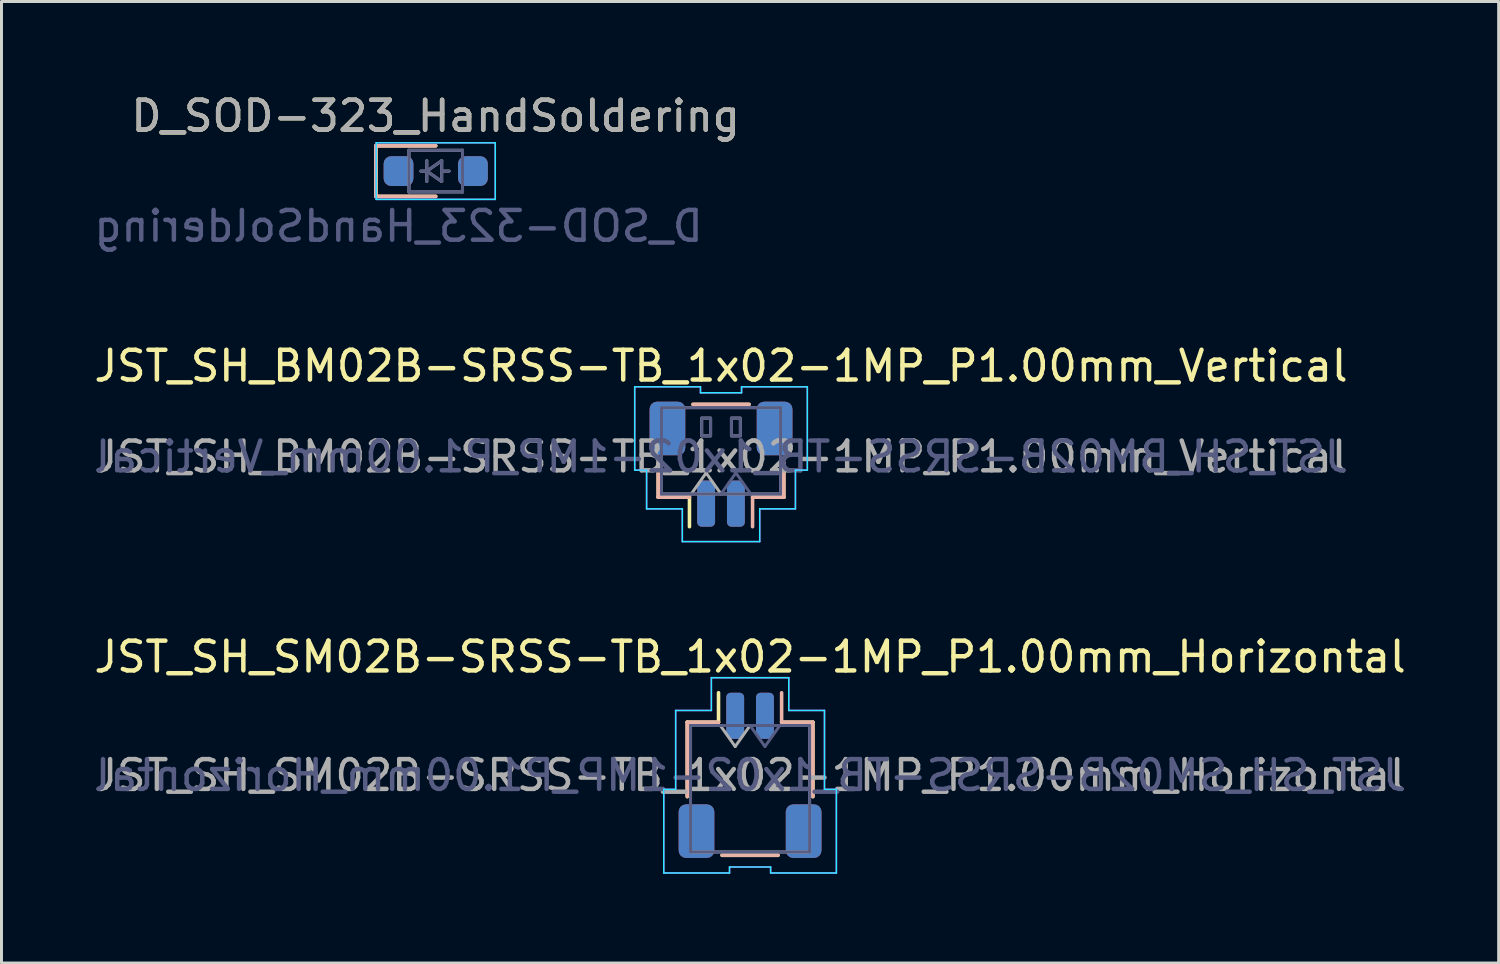
<source format=kicad_pcb>
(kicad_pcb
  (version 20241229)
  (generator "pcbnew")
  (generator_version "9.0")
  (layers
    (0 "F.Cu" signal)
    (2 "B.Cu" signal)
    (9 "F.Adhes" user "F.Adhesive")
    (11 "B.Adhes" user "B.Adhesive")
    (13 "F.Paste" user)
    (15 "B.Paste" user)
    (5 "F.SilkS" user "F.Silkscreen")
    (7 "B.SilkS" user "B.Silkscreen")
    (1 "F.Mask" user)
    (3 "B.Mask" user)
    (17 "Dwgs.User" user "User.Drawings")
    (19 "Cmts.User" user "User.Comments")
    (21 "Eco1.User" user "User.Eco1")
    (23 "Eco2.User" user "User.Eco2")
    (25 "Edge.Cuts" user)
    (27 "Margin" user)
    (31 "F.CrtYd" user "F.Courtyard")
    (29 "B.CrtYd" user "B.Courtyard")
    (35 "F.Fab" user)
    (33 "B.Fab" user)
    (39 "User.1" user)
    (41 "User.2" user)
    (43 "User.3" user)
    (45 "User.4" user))
  (footprint "JST_SH_BM02B-SRSS-TB_1x02-1MP_P1.00mm_Vertical"
    (layer "F.Cu")
    (at 21.173 12.545)
    (property "Reference" "JST_SH_BM02B-SRSS-TB_1x02-1MP_P1.00mm_Vertical" (at 0 -3.3 0) (layer "F.SilkS") (effects (font (size 1 1) (thickness 0.15))))
    (attr smd)
    (fp_line (start -2.11 -0.04) (end -2.11 1.11) (stroke (width 0.12) (type solid)) (layer "F.SilkS"))
    (fp_line (start -2.11 1.11) (end -1.06 1.11) (stroke (width 0.12) (type solid)) (layer "F.SilkS"))
    (fp_line (start -1.06 1.11) (end -1.06 2.1) (stroke (width 0.12) (type solid)) (layer "F.SilkS"))
    (fp_line (start -0.94 -2.01) (end 0.94 -2.01) (stroke (width 0.12) (type solid)) (layer "F.SilkS"))
    (fp_line (start 2.11 -0.04) (end 2.11 1.11) (stroke (width 0.12) (type solid)) (layer "F.SilkS"))
    (fp_line (start 2.11 1.11) (end 1.06 1.11) (stroke (width 0.12) (type solid)) (layer "F.SilkS"))
    (fp_line (start -2.11 -0.04) (end -2.11 1.11) (stroke (width 0.12) (type solid)) (layer "B.SilkS"))
    (fp_line (start -2.11 1.11) (end -1.06 1.11) (stroke (width 0.12) (type solid)) (layer "B.SilkS"))
    (fp_line (start 0.94 -2.01) (end -0.94 -2.01) (stroke (width 0.12) (type solid)) (layer "B.SilkS"))
    (fp_line (start 1.06 1.11) (end 1.06 2.1) (stroke (width 0.12) (type solid)) (layer "B.SilkS"))
    (fp_line (start 2.11 -0.04) (end 2.11 1.11) (stroke (width 0.12) (type solid)) (layer "B.SilkS"))
    (fp_line (start 2.11 1.11) (end 1.06 1.11) (stroke (width 0.12) (type solid)) (layer "B.SilkS"))
    (fp_line (start -2.9 -2.6) (end -2.9 0.2) (stroke (width 0.05) (type solid)) (layer "B.CrtYd"))
    (fp_line (start -2.9 0.2) (end -2.5 0.2) (stroke (width 0.05) (type solid)) (layer "B.CrtYd"))
    (fp_line (start -2.5 0.2) (end -2.5 1.5) (stroke (width 0.05) (type solid)) (layer "B.CrtYd"))
    (fp_line (start -2.5 1.5) (end -1.3 1.5) (stroke (width 0.05) (type solid)) (layer "B.CrtYd"))
    (fp_line (start -1.3 1.5) (end -1.3 2.6) (stroke (width 0.05) (type solid)) (layer "B.CrtYd"))
    (fp_line (start -1.3 2.6) (end 1.3 2.6) (stroke (width 0.05) (type solid)) (layer "B.CrtYd"))
    (fp_line (start -0.69 -2.6) (end -2.9 -2.6) (stroke (width 0.05) (type solid)) (layer "B.CrtYd"))
    (fp_line (start -0.69 -2.4) (end -0.69 -2.6) (stroke (width 0.05) (type solid)) (layer "B.CrtYd"))
    (fp_line (start 0.69 -2.6) (end 0.69 -2.4) (stroke (width 0.05) (type solid)) (layer "B.CrtYd"))
    (fp_line (start 0.69 -2.4) (end -0.69 -2.4) (stroke (width 0.05) (type solid)) (layer "B.CrtYd"))
    (fp_line (start 1.3 1.5) (end 2.5 1.5) (stroke (width 0.05) (type solid)) (layer "B.CrtYd"))
    (fp_line (start 1.3 2.6) (end 1.3 1.5) (stroke (width 0.05) (type solid)) (layer "B.CrtYd"))
    (fp_line (start 2.5 0.2) (end 2.9 0.2) (stroke (width 0.05) (type solid)) (layer "B.CrtYd"))
    (fp_line (start 2.5 1.5) (end 2.5 0.2) (stroke (width 0.05) (type solid)) (layer "B.CrtYd"))
    (fp_line (start 2.9 -2.6) (end 0.69 -2.6) (stroke (width 0.05) (type solid)) (layer "B.CrtYd"))
    (fp_line (start 2.9 0.2) (end 2.9 -2.6) (stroke (width 0.05) (type solid)) (layer "B.CrtYd"))
    (fp_line (start -2.9 -2.6) (end -0.69 -2.6) (stroke (width 0.05) (type solid)) (layer "F.CrtYd"))
    (fp_line (start -2.9 0.2) (end -2.9 -2.6) (stroke (width 0.05) (type solid)) (layer "F.CrtYd"))
    (fp_line (start -2.5 0.2) (end -2.9 0.2) (stroke (width 0.05) (type solid)) (layer "F.CrtYd"))
    (fp_line (start -2.5 1.5) (end -2.5 0.2) (stroke (width 0.05) (type solid)) (layer "F.CrtYd"))
    (fp_line (start -1.3 1.5) (end -2.5 1.5) (stroke (width 0.05) (type solid)) (layer "F.CrtYd"))
    (fp_line (start -1.3 2.6) (end -1.3 1.5) (stroke (width 0.05) (type solid)) (layer "F.CrtYd"))
    (fp_line (start -0.69 -2.6) (end -0.69 -2.4) (stroke (width 0.05) (type solid)) (layer "F.CrtYd"))
    (fp_line (start -0.69 -2.4) (end 0.69 -2.4) (stroke (width 0.05) (type solid)) (layer "F.CrtYd"))
    (fp_line (start 0.69 -2.6) (end 2.9 -2.6) (stroke (width 0.05) (type solid)) (layer "F.CrtYd"))
    (fp_line (start 0.69 -2.4) (end 0.69 -2.6) (stroke (width 0.05) (type solid)) (layer "F.CrtYd"))
    (fp_line (start 1.3 1.5) (end 1.3 2.6) (stroke (width 0.05) (type solid)) (layer "F.CrtYd"))
    (fp_line (start 1.3 2.6) (end -1.3 2.6) (stroke (width 0.05) (type solid)) (layer "F.CrtYd"))
    (fp_line (start 2.5 0.2) (end 2.5 1.5) (stroke (width 0.05) (type solid)) (layer "F.CrtYd"))
    (fp_line (start 2.5 1.5) (end 1.3 1.5) (stroke (width 0.05) (type solid)) (layer "F.CrtYd"))
    (fp_line (start 2.9 -2.6) (end 2.9 0.2) (stroke (width 0.05) (type solid)) (layer "F.CrtYd"))
    (fp_line (start 2.9 0.2) (end 2.5 0.2) (stroke (width 0.05) (type solid)) (layer "F.CrtYd"))
    (fp_line (start -2 1) (end -2 -1.9) (stroke (width 0.1) (type solid)) (layer "B.Fab"))
    (fp_line (start 0.5 0.293) (end 0 1) (stroke (width 0.1) (type solid)) (layer "B.Fab"))
    (fp_line (start 1 1) (end 0.5 0.293) (stroke (width 0.1) (type solid)) (layer "B.Fab"))
    (fp_line (start 2 -1.9) (end -2 -1.9) (stroke (width 0.1) (type solid)) (layer "B.Fab"))
    (fp_line (start 2 1) (end -2 1) (stroke (width 0.1) (type solid)) (layer "B.Fab"))
    (fp_line (start 2 1) (end 2 -1.9) (stroke (width 0.1) (type solid)) (layer "B.Fab"))
    (fp_rect (start -0.65 -1.55) (end -0.35 -0.95) (stroke (width 0.1) (type solid)) (fill no) (layer "B.Fab"))
    (fp_rect (start 0.35 -1.55) (end 0.65 -0.95) (stroke (width 0.1) (type solid)) (fill no) (layer "B.Fab"))
    (fp_line (start -2 -1.9) (end 2 -1.9) (stroke (width 0.1) (type solid)) (layer "F.Fab"))
    (fp_line (start -2 1) (end -2 -1.9) (stroke (width 0.1) (type solid)) (layer "F.Fab"))
    (fp_line (start -2 1) (end 2 1) (stroke (width 0.1) (type solid)) (layer "F.Fab"))
    (fp_line (start -1 1) (end -0.5 0.293) (stroke (width 0.1) (type solid)) (layer "F.Fab"))
    (fp_line (start -0.5 0.293) (end 0 1) (stroke (width 0.1) (type solid)) (layer "F.Fab"))
    (fp_line (start 2 1) (end 2 -1.9) (stroke (width 0.1) (type solid)) (layer "F.Fab"))
    (fp_rect (start -0.65 -1.55) (end -0.35 -0.95) (stroke (width 0.1) (type solid)) (fill no) (layer "F.Fab"))
    (fp_rect (start 0.35 -1.55) (end 0.65 -0.95) (stroke (width 0.1) (type solid)) (fill no) (layer "F.Fab"))
    (fp_text user "${REFERENCE}" (at 0 -0.25 0) (layer "B.Fab") (effects (font (size 1 1) (thickness 0.15)) (justify mirror)))
    (fp_text user "${REFERENCE}" (at 0 -0.25 0) (layer "F.Fab") (effects (font (size 1 1) (thickness 0.15))))
    (pad "1" smd roundrect (at -0.5 1.325) (size 0.6 1.55) (layers "F.Cu" "F.Mask" "F.Paste") (roundrect_rratio 0.25))
    (pad "1" smd roundrect (at 0.5 1.325) (size 0.6 1.55) (layers "B.Cu" "B.Mask" "B.Paste") (roundrect_rratio 0.25))
    (pad "2" smd roundrect (at -0.5 1.325) (size 0.6 1.55) (layers "B.Cu" "B.Mask" "B.Paste") (roundrect_rratio 0.25))
    (pad "2" smd roundrect (at 0.5 1.325) (size 0.6 1.55) (layers "F.Cu" "F.Mask" "F.Paste") (roundrect_rratio 0.25))
    (pad "MP" smd roundrect (at -1.8 -1.2) (size 1.2 1.8) (layers "F.Cu" "F.Mask" "F.Paste") (roundrect_rratio 0.208))
    (pad "MP" smd roundrect (at -1.8 -1.2) (size 1.2 1.8) (layers "B.Cu" "B.Mask" "B.Paste") (roundrect_rratio 0.208))
    (pad "MP" smd roundrect (at 1.8 -1.2) (size 1.2 1.8) (layers "F.Cu" "F.Mask" "F.Paste") (roundrect_rratio 0.208))
    (pad "MP" smd roundrect (at 1.8 -1.2) (size 1.2 1.8) (layers "B.Cu" "B.Mask" "B.Paste") (roundrect_rratio 0.208)))
  (footprint "D_SOD-323_HandSoldering"
    (layer "F.Cu")
    (at 11.589 2.698)
    (property "Reference" "D_SOD-323_HandSoldering" (at 0 -1.85 0) (layer "F.SilkS") (effects (font (size 1 1) (thickness 0.15))))
    (attr smd)
    (fp_line (start -2.01 -0.85) (end -2.01 0.85) (stroke (width 0.12) (type solid)) (layer "F.SilkS"))
    (fp_line (start -2.01 -0.85) (end 0 -0.85) (stroke (width 0.12) (type solid)) (layer "F.SilkS"))
    (fp_line (start -2.01 0.85) (end 0 0.85) (stroke (width 0.12) (type solid)) (layer "F.SilkS"))
    (fp_line (start -2.01 -0.85) (end -2.01 0.85) (stroke (width 0.12) (type solid)) (layer "B.SilkS"))
    (fp_line (start -2.01 -0.85) (end 0 -0.85) (stroke (width 0.12) (type solid)) (layer "B.SilkS"))
    (fp_line (start -2.01 0.85) (end 0 0.85) (stroke (width 0.12) (type solid)) (layer "B.SilkS"))
    (fp_line (start -2 -0.95) (end -2 0.95) (stroke (width 0.05) (type solid)) (layer "B.CrtYd"))
    (fp_line (start -2 -0.95) (end 2 -0.95) (stroke (width 0.05) (type solid)) (layer "B.CrtYd"))
    (fp_line (start -2 0.95) (end 2 0.95) (stroke (width 0.05) (type solid)) (layer "B.CrtYd"))
    (fp_line (start 2 -0.95) (end 2 0.95) (stroke (width 0.05) (type solid)) (layer "B.CrtYd"))
    (fp_line (start -2 -0.95) (end -2 0.95) (stroke (width 0.05) (type solid)) (layer "F.CrtYd"))
    (fp_line (start -2 -0.95) (end 2 -0.95) (stroke (width 0.05) (type solid)) (layer "F.CrtYd"))
    (fp_line (start -2 0.95) (end 2 0.95) (stroke (width 0.05) (type solid)) (layer "F.CrtYd"))
    (fp_line (start 2 -0.95) (end 2 0.95) (stroke (width 0.05) (type solid)) (layer "F.CrtYd"))
    (fp_line (start -0.9 -0.7) (end 0.9 -0.7) (stroke (width 0.1) (type solid)) (layer "B.Fab"))
    (fp_line (start -0.9 0.7) (end -0.9 -0.7) (stroke (width 0.1) (type solid)) (layer "B.Fab"))
    (fp_line (start -0.3 -0.35) (end -0.3 0.35) (stroke (width 0.1) (type solid)) (layer "B.Fab"))
    (fp_line (start -0.3 0) (end -0.5 0) (stroke (width 0.1) (type solid)) (layer "B.Fab"))
    (fp_line (start -0.3 0) (end 0.2 -0.35) (stroke (width 0.1) (type solid)) (layer "B.Fab"))
    (fp_line (start 0.2 -0.35) (end 0.2 0.35) (stroke (width 0.1) (type solid)) (layer "B.Fab"))
    (fp_line (start 0.2 0) (end 0.45 0) (stroke (width 0.1) (type solid)) (layer "B.Fab"))
    (fp_line (start 0.2 0.35) (end -0.3 0) (stroke (width 0.1) (type solid)) (layer "B.Fab"))
    (fp_line (start 0.9 -0.7) (end 0.9 0.7) (stroke (width 0.1) (type solid)) (layer "B.Fab"))
    (fp_line (start 0.9 0.7) (end -0.9 0.7) (stroke (width 0.1) (type solid)) (layer "B.Fab"))
    (fp_line (start -0.9 -0.7) (end 0.9 -0.7) (stroke (width 0.1) (type solid)) (layer "F.Fab"))
    (fp_line (start -0.9 0.7) (end -0.9 -0.7) (stroke (width 0.1) (type solid)) (layer "F.Fab"))
    (fp_line (start -0.3 -0.35) (end -0.3 0.35) (stroke (width 0.1) (type solid)) (layer "F.Fab"))
    (fp_line (start -0.3 0) (end -0.5 0) (stroke (width 0.1) (type solid)) (layer "F.Fab"))
    (fp_line (start -0.3 0) (end 0.2 -0.35) (stroke (width 0.1) (type solid)) (layer "F.Fab"))
    (fp_line (start 0.2 -0.35) (end 0.2 0.35) (stroke (width 0.1) (type solid)) (layer "F.Fab"))
    (fp_line (start 0.2 0) (end 0.45 0) (stroke (width 0.1) (type solid)) (layer "F.Fab"))
    (fp_line (start 0.2 0.35) (end -0.3 0) (stroke (width 0.1) (type solid)) (layer "F.Fab"))
    (fp_line (start 0.9 -0.7) (end 0.9 0.7) (stroke (width 0.1) (type solid)) (layer "F.Fab"))
    (fp_line (start 0.9 0.7) (end -0.9 0.7) (stroke (width 0.1) (type solid)) (layer "F.Fab"))
    (fp_text user "${REFERENCE}" (at -1.25 1.85 0) (layer "B.Fab") (effects (font (size 1 1) (thickness 0.15)) (justify mirror)))
    (fp_text user "${REFERENCE}" (at 0 -1.85 0) (layer "F.Fab") (effects (font (size 1 1) (thickness 0.15))))
    (pad "1" smd roundrect (at -1.25 0) (size 1 1) (layers "F.Cu" "F.Mask" "F.Paste") (roundrect_rratio 0.25))
    (pad "1" smd roundrect (at -1.25 0) (size 1 1) (layers "B.Cu" "B.Mask" "B.Paste") (roundrect_rratio 0.25))
    (pad "2" smd roundrect (at 1.25 0) (size 1 1) (layers "F.Cu" "F.Mask" "F.Paste") (roundrect_rratio 0.25))
    (pad "2" smd roundrect (at 1.25 0) (size 1 1) (layers "B.Cu" "B.Mask" "B.Paste") (roundrect_rratio 0.25)))
  (footprint "JST_SH_SM02B-SRSS-TB_1x02-1MP_P1.00mm_Horizontal"
    (layer "F.Cu")
    (at 22.149 22.998)
    (property "Reference" "JST_SH_SM02B-SRSS-TB_1x02-1MP_P1.00mm_Horizontal" (at 0 -3.98 0) (layer "F.SilkS") (effects (font (size 1 1) (thickness 0.15))))
    (attr smd)
    (fp_line (start -2.11 -1.785) (end -1.06 -1.785) (stroke (width 0.12) (type solid)) (layer "F.SilkS"))
    (fp_line (start -2.11 0.715) (end -2.11 -1.785) (stroke (width 0.12) (type solid)) (layer "F.SilkS"))
    (fp_line (start -1.06 -1.785) (end -1.06 -2.775) (stroke (width 0.12) (type solid)) (layer "F.SilkS"))
    (fp_line (start -0.94 2.685) (end 0.94 2.685) (stroke (width 0.12) (type solid)) (layer "F.SilkS"))
    (fp_line (start 2.11 -1.785) (end 1.06 -1.785) (stroke (width 0.12) (type solid)) (layer "F.SilkS"))
    (fp_line (start 2.11 0.715) (end 2.11 -1.785) (stroke (width 0.12) (type solid)) (layer "F.SilkS"))
    (fp_line (start -2.11 -1.785) (end -1.06 -1.785) (stroke (width 0.12) (type solid)) (layer "B.SilkS"))
    (fp_line (start -2.11 0.715) (end -2.11 -1.785) (stroke (width 0.12) (type solid)) (layer "B.SilkS"))
    (fp_line (start 0.94 2.685) (end -0.94 2.685) (stroke (width 0.12) (type solid)) (layer "B.SilkS"))
    (fp_line (start 1.06 -1.785) (end 1.06 -2.775) (stroke (width 0.12) (type solid)) (layer "B.SilkS"))
    (fp_line (start 2.11 -1.785) (end 1.06 -1.785) (stroke (width 0.12) (type solid)) (layer "B.SilkS"))
    (fp_line (start 2.11 0.715) (end 2.11 -1.785) (stroke (width 0.12) (type solid)) (layer "B.SilkS"))
    (fp_line (start -2.9 0.47) (end -2.9 3.28) (stroke (width 0.05) (type solid)) (layer "B.CrtYd"))
    (fp_line (start -2.9 3.28) (end -0.69 3.28) (stroke (width 0.05) (type solid)) (layer "B.CrtYd"))
    (fp_line (start -2.5 -2.18) (end -2.5 0.47) (stroke (width 0.05) (type solid)) (layer "B.CrtYd"))
    (fp_line (start -2.5 0.47) (end -2.9 0.47) (stroke (width 0.05) (type solid)) (layer "B.CrtYd"))
    (fp_line (start -1.3 -3.28) (end -1.3 -2.18) (stroke (width 0.05) (type solid)) (layer "B.CrtYd"))
    (fp_line (start -1.3 -2.18) (end -2.5 -2.18) (stroke (width 0.05) (type solid)) (layer "B.CrtYd"))
    (fp_line (start -0.69 3.08) (end 0.69 3.08) (stroke (width 0.05) (type solid)) (layer "B.CrtYd"))
    (fp_line (start -0.69 3.28) (end -0.69 3.08) (stroke (width 0.05) (type solid)) (layer "B.CrtYd"))
    (fp_line (start 0.69 3.08) (end 0.69 3.28) (stroke (width 0.05) (type solid)) (layer "B.CrtYd"))
    (fp_line (start 0.69 3.28) (end 2.9 3.28) (stroke (width 0.05) (type solid)) (layer "B.CrtYd"))
    (fp_line (start 1.3 -3.28) (end -1.3 -3.28) (stroke (width 0.05) (type solid)) (layer "B.CrtYd"))
    (fp_line (start 1.3 -2.18) (end 1.3 -3.28) (stroke (width 0.05) (type solid)) (layer "B.CrtYd"))
    (fp_line (start 2.5 -2.18) (end 1.3 -2.18) (stroke (width 0.05) (type solid)) (layer "B.CrtYd"))
    (fp_line (start 2.5 0.47) (end 2.5 -2.18) (stroke (width 0.05) (type solid)) (layer "B.CrtYd"))
    (fp_line (start 2.9 0.47) (end 2.5 0.47) (stroke (width 0.05) (type solid)) (layer "B.CrtYd"))
    (fp_line (start 2.9 3.28) (end 2.9 0.47) (stroke (width 0.05) (type solid)) (layer "B.CrtYd"))
    (fp_line (start -2.9 0.47) (end -2.5 0.47) (stroke (width 0.05) (type solid)) (layer "F.CrtYd"))
    (fp_line (start -2.9 3.28) (end -2.9 0.47) (stroke (width 0.05) (type solid)) (layer "F.CrtYd"))
    (fp_line (start -2.5 -2.18) (end -1.3 -2.18) (stroke (width 0.05) (type solid)) (layer "F.CrtYd"))
    (fp_line (start -2.5 0.47) (end -2.5 -2.18) (stroke (width 0.05) (type solid)) (layer "F.CrtYd"))
    (fp_line (start -1.3 -3.28) (end 1.3 -3.28) (stroke (width 0.05) (type solid)) (layer "F.CrtYd"))
    (fp_line (start -1.3 -2.18) (end -1.3 -3.28) (stroke (width 0.05) (type solid)) (layer "F.CrtYd"))
    (fp_line (start -0.69 3.08) (end -0.69 3.28) (stroke (width 0.05) (type solid)) (layer "F.CrtYd"))
    (fp_line (start -0.69 3.28) (end -2.9 3.28) (stroke (width 0.05) (type solid)) (layer "F.CrtYd"))
    (fp_line (start 0.69 3.08) (end -0.69 3.08) (stroke (width 0.05) (type solid)) (layer "F.CrtYd"))
    (fp_line (start 0.69 3.28) (end 0.69 3.08) (stroke (width 0.05) (type solid)) (layer "F.CrtYd"))
    (fp_line (start 1.3 -3.28) (end 1.3 -2.18) (stroke (width 0.05) (type solid)) (layer "F.CrtYd"))
    (fp_line (start 1.3 -2.18) (end 2.5 -2.18) (stroke (width 0.05) (type solid)) (layer "F.CrtYd"))
    (fp_line (start 2.5 -2.18) (end 2.5 0.47) (stroke (width 0.05) (type solid)) (layer "F.CrtYd"))
    (fp_line (start 2.5 0.47) (end 2.9 0.47) (stroke (width 0.05) (type solid)) (layer "F.CrtYd"))
    (fp_line (start 2.9 0.47) (end 2.9 3.28) (stroke (width 0.05) (type solid)) (layer "F.CrtYd"))
    (fp_line (start 2.9 3.28) (end 0.69 3.28) (stroke (width 0.05) (type solid)) (layer "F.CrtYd"))
    (fp_line (start -2 -1.675) (end -2 2.575) (stroke (width 0.1) (type solid)) (layer "B.Fab"))
    (fp_line (start 0.5 -0.968) (end 0 -1.675) (stroke (width 0.1) (type solid)) (layer "B.Fab"))
    (fp_line (start 1 -1.675) (end 0.5 -0.968) (stroke (width 0.1) (type solid)) (layer "B.Fab"))
    (fp_line (start 2 -1.675) (end -2 -1.675) (stroke (width 0.1) (type solid)) (layer "B.Fab"))
    (fp_line (start 2 -1.675) (end 2 2.575) (stroke (width 0.1) (type solid)) (layer "B.Fab"))
    (fp_line (start 2 2.575) (end -2 2.575) (stroke (width 0.1) (type solid)) (layer "B.Fab"))
    (fp_line (start -2 -1.675) (end -2 2.575) (stroke (width 0.1) (type solid)) (layer "F.Fab"))
    (fp_line (start -2 -1.675) (end 2 -1.675) (stroke (width 0.1) (type solid)) (layer "F.Fab"))
    (fp_line (start -2 2.575) (end 2 2.575) (stroke (width 0.1) (type solid)) (layer "F.Fab"))
    (fp_line (start -1 -1.675) (end -0.5 -0.968) (stroke (width 0.1) (type solid)) (layer "F.Fab"))
    (fp_line (start -0.5 -0.968) (end 0 -1.675) (stroke (width 0.1) (type solid)) (layer "F.Fab"))
    (fp_line (start 2 -1.675) (end 2 2.575) (stroke (width 0.1) (type solid)) (layer "F.Fab"))
    (fp_text user "${REFERENCE}" (at 0 0 0) (layer "B.Fab") (effects (font (size 1 1) (thickness 0.15)) (justify mirror)))
    (fp_text user "${REFERENCE}" (at 0 0 0) (layer "F.Fab") (effects (font (size 1 1) (thickness 0.15))))
    (pad "1" smd roundrect (at -0.5 -2) (size 0.6 1.55) (layers "F.Cu" "F.Mask" "F.Paste") (roundrect_rratio 0.25))
    (pad "1" smd roundrect (at 0.5 -2) (size 0.6 1.55) (layers "B.Cu" "B.Mask" "B.Paste") (roundrect_rratio 0.25))
    (pad "2" smd roundrect (at -0.5 -2) (size 0.6 1.55) (layers "B.Cu" "B.Mask" "B.Paste") (roundrect_rratio 0.25))
    (pad "2" smd roundrect (at 0.5 -2) (size 0.6 1.55) (layers "F.Cu" "F.Mask" "F.Paste") (roundrect_rratio 0.25))
    (pad "MP" smd roundrect (at -1.8 1.875) (size 1.2 1.8) (layers "F.Cu" "F.Mask" "F.Paste") (roundrect_rratio 0.208))
    (pad "MP" smd roundrect (at -1.8 1.875) (size 1.2 1.8) (layers "B.Cu" "B.Mask" "B.Paste") (roundrect_rratio 0.208))
    (pad "MP" smd roundrect (at 1.8 1.875) (size 1.2 1.8) (layers "F.Cu" "F.Mask" "F.Paste") (roundrect_rratio 0.208))
    (pad "MP" smd roundrect (at 1.8 1.875) (size 1.2 1.8) (layers "B.Cu" "B.Mask" "B.Paste") (roundrect_rratio 0.208)))
  (gr_rect
    (start -3 -3)
    (end 47.298 29.303)
    (stroke (width 0.1) (type default))
    (fill no)
    (layer "Edge.Cuts")))
</source>
